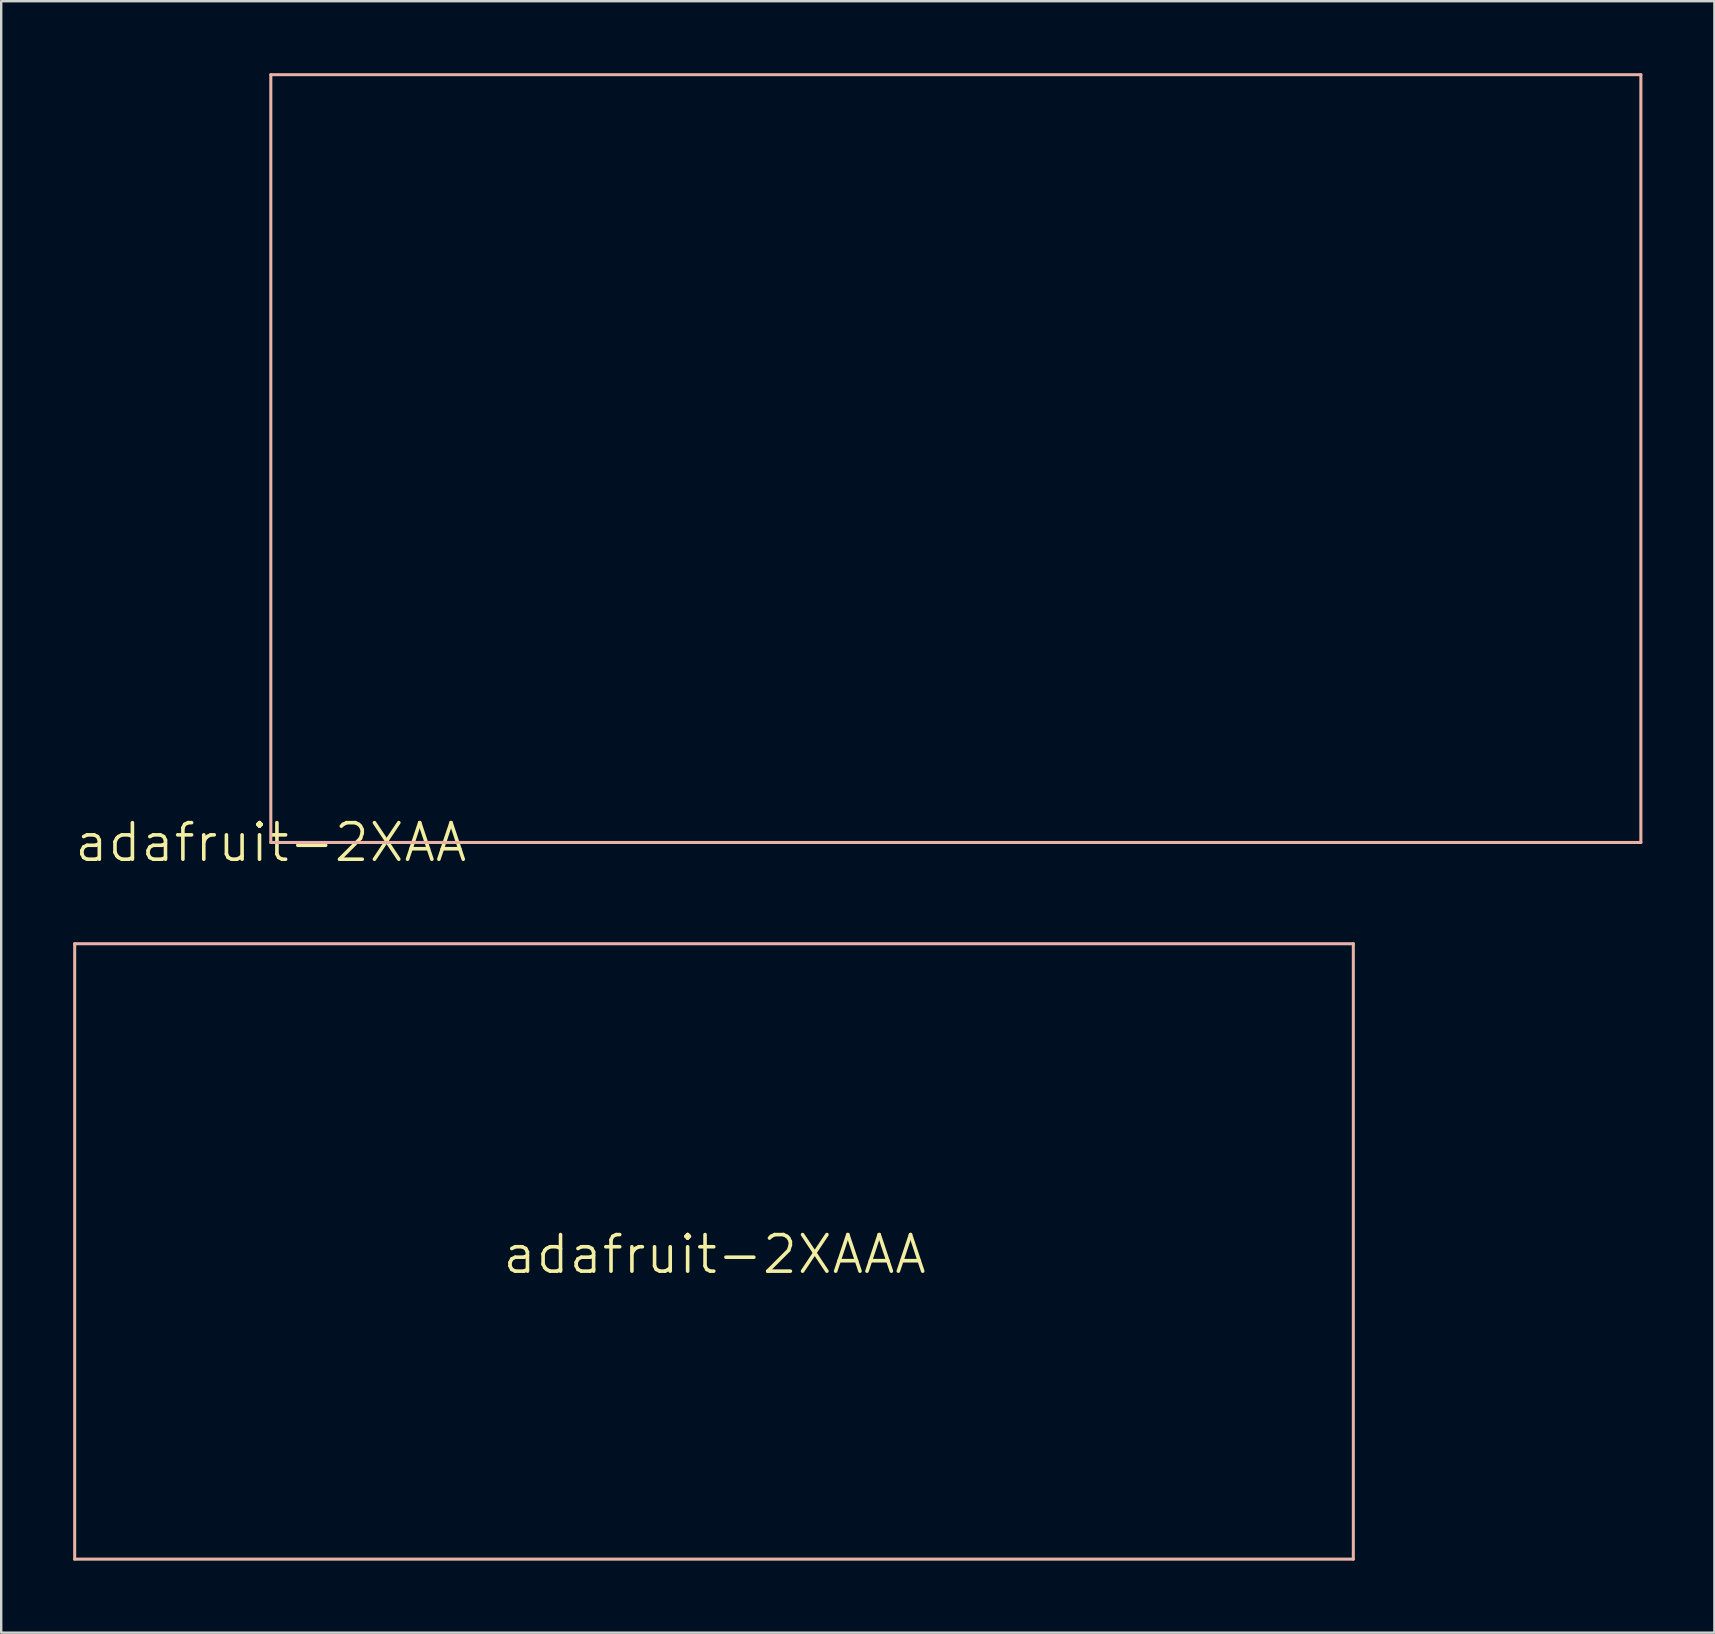
<source format=kicad_pcb>
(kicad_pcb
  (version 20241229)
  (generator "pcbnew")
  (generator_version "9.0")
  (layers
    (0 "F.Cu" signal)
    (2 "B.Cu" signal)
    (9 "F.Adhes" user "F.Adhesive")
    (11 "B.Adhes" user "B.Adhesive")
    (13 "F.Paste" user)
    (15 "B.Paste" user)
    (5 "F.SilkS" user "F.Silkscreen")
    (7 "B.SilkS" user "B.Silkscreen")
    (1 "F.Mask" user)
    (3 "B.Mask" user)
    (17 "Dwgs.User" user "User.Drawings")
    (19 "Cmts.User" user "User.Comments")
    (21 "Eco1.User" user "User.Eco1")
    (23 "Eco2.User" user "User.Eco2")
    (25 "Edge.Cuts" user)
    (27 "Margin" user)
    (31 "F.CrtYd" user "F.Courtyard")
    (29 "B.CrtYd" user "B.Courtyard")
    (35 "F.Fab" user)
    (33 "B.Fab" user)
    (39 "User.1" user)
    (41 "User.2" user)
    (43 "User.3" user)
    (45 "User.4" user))
  (footprint "adafruit-2XAA"
    (layer "F.Cu")
    (at 8.237 32.062)
    (property "Reference" "adafruit-2XAA" (at 0 0 0) (layer "F.SilkS") (effects (font (size 1.524 1.524) (thickness 0.15))))
    (attr exclude_from_pos_files exclude_from_bom)
    (fp_line (start 0 -31.999) (end 0 0) (stroke (width 0.127) (type solid)) (layer "B.SilkS"))
    (fp_line (start 0 0) (end 57.099 0) (stroke (width 0.127) (type solid)) (layer "B.SilkS"))
    (fp_line (start 57.099 -31.999) (end 0 -31.999) (stroke (width 0.127) (type solid)) (layer "B.SilkS"))
    (fp_line (start 57.099 0) (end 57.099 -31.999) (stroke (width 0.127) (type solid)) (layer "B.SilkS")))
  (footprint "adafruit-2XAAA"
    (layer "F.Cu")
    (at 26.733 49.23)
    (property "Reference" "adafruit-2XAAA" (at 0 0 0) (layer "F.SilkS") (effects (font (size 1.524 1.524) (thickness 0.15))))
    (attr exclude_from_pos_files exclude_from_bom)
    (fp_line (start -26.67 -12.949) (end -26.67 12.7) (stroke (width 0.127) (type solid)) (layer "B.SilkS"))
    (fp_line (start -26.67 12.7) (end 26.619 12.7) (stroke (width 0.127) (type solid)) (layer "B.SilkS"))
    (fp_line (start 26.619 -12.949) (end -26.67 -12.949) (stroke (width 0.127) (type solid)) (layer "B.SilkS"))
    (fp_line (start 26.619 12.7) (end 26.619 -12.949) (stroke (width 0.127) (type solid)) (layer "B.SilkS")))
  (gr_rect
    (start -3 -3)
    (end 68.4 64.993)
    (stroke (width 0.1) (type default))
    (fill no)
    (layer "Edge.Cuts")))
</source>
